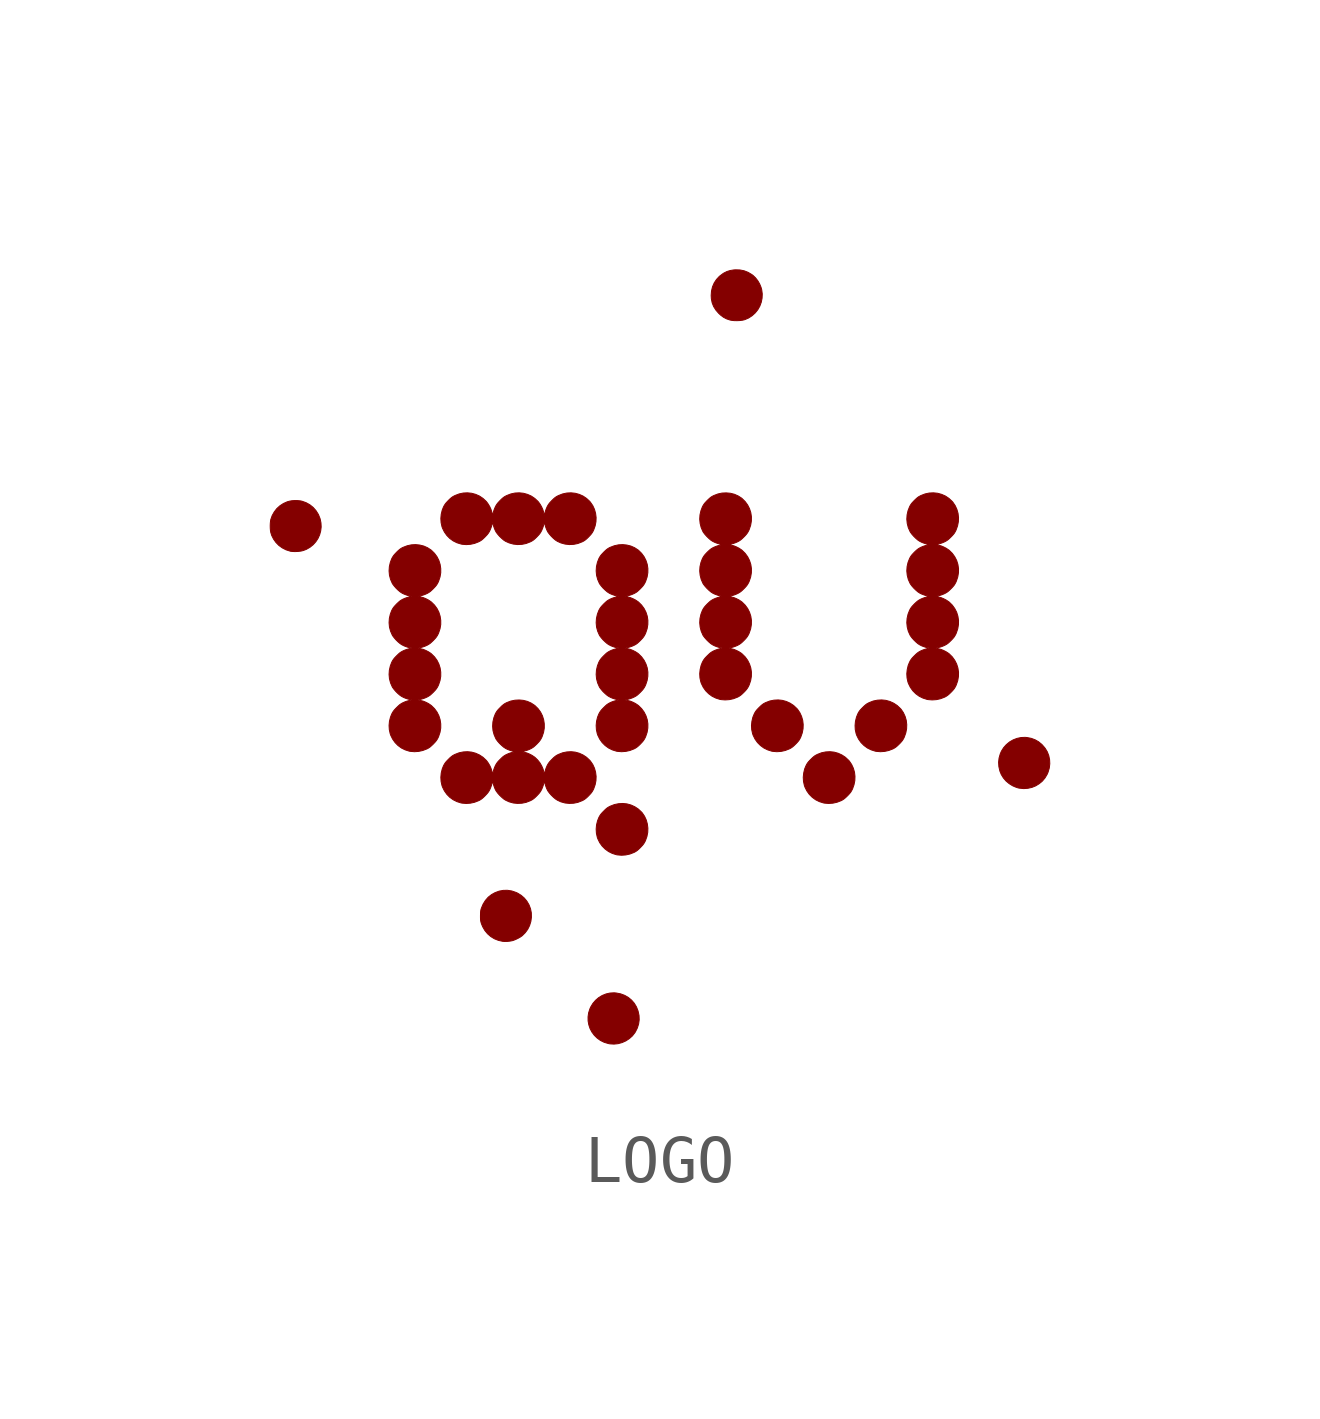
<source format=kicad_sym>
(kicad_symbol_lib
  (version 20220914)
  (generator "bitmap2component")
  (generator_version "8.0")
  (symbol "LOGO"
    (pin_names
      (offset 1.016))
    (property "Reference" "#G"
      (at 0 9.364 0)
      (effects (font (size 1.27 1.27)) hide))
    (symbol "LOGO_0_0"
      (polyline (pts (xy -0.869 -8.142) (xy -0.786 -8.119) (xy -0.708 -8.084) (xy -0.636 -8.037) (xy -0.572 -7.98) (xy -0.519 -7.912) (xy -0.508 -7.894) (xy -0.468 -7.814) (xy -0.442 -7.73) (xy -0.43 -7.645) (xy -0.433 -7.561) (xy -0.434 -7.552) (xy -0.454 -7.46) (xy -0.487 -7.376) (xy -0.532 -7.301) (xy -0.589 -7.235) (xy -0.655 -7.18) (xy -0.731 -7.136) (xy -0.816 -7.104) (xy -0.909 -7.086) (xy -0.954 -7.082) (xy -1.039 -7.087) (xy -1.122 -7.106) (xy -1.201 -7.138) (xy -1.274 -7.182) (xy -1.339 -7.238) (xy -1.395 -7.303) (xy -1.441 -7.379) (xy -1.457 -7.415) (xy -1.484 -7.499) (xy -1.496 -7.584) (xy -1.495 -7.668) (xy -1.48 -7.75) (xy -1.454 -7.828) (xy -1.415 -7.901) (xy -1.366 -7.967) (xy -1.307 -8.025) (xy -1.238 -8.075) (xy -1.161 -8.113) (xy -1.075 -8.139) (xy -1.04 -8.146) (xy -0.955 -8.151) (xy -0.869 -8.142)) (stroke (width 0.01) (type default)) (fill (type outline)))
      (polyline (pts (xy -3.179 -6.011) (xy -3.124 -6.005) (xy -3.075 -5.996) (xy -3.049 -5.988) (xy -3.002 -5.969) (xy -2.952 -5.945) (xy -2.905 -5.918) (xy -2.868 -5.892) (xy -2.805 -5.829) (xy -2.753 -5.758) (xy -2.714 -5.679) (xy -2.688 -5.595) (xy -2.676 -5.507) (xy -2.678 -5.417) (xy -2.695 -5.331) (xy -2.726 -5.249) (xy -2.77 -5.174) (xy -2.825 -5.107) (xy -2.891 -5.05) (xy -2.966 -5.004) (xy -2.997 -4.99) (xy -3.084 -4.96) (xy -3.173 -4.946) (xy -3.261 -4.947) (xy -3.349 -4.963) (xy -3.435 -4.995) (xy -3.507 -5.035) (xy -3.577 -5.09) (xy -3.635 -5.157) (xy -3.683 -5.234) (xy -3.72 -5.321) (xy -3.72 -5.322) (xy -3.728 -5.348) (xy -3.733 -5.372) (xy -3.736 -5.4) (xy -3.737 -5.434) (xy -3.738 -5.481) (xy -3.738 -5.514) (xy -3.737 -5.549) (xy -3.735 -5.576) (xy -3.73 -5.6) (xy -3.724 -5.624) (xy -3.714 -5.652) (xy -3.692 -5.705) (xy -3.647 -5.783) (xy -3.59 -5.852) (xy -3.523 -5.91) (xy -3.448 -5.956) (xy -3.365 -5.989) (xy -3.276 -6.009) (xy -3.233 -6.012) (xy -3.179 -6.011)) (stroke (width 0.01) (type default)) (fill (type outline)))
      (polyline (pts (xy -0.711 -4.209) (xy -0.624 -4.19) (xy -0.544 -4.159) (xy -0.526 -4.151) (xy -0.497 -4.134) (xy -0.47 -4.115) (xy -0.441 -4.09) (xy -0.407 -4.057) (xy -0.389 -4.038) (xy -0.36 -4.007) (xy -0.339 -3.98) (xy -0.321 -3.952) (xy -0.304 -3.92) (xy -0.299 -3.909) (xy -0.269 -3.825) (xy -0.252 -3.738) (xy -0.249 -3.65) (xy -0.26 -3.563) (xy -0.283 -3.48) (xy -0.319 -3.402) (xy -0.367 -3.331) (xy -0.384 -3.313) (xy -0.449 -3.252) (xy -0.522 -3.204) (xy -0.601 -3.168) (xy -0.685 -3.145) (xy -0.771 -3.136) (xy -0.859 -3.141) (xy -0.947 -3.159) (xy -1.032 -3.192) (xy -1.05 -3.201) (xy -1.079 -3.217) (xy -1.106 -3.236) (xy -1.135 -3.261) (xy -1.169 -3.295) (xy -1.187 -3.313) (xy -1.216 -3.344) (xy -1.237 -3.371) (xy -1.255 -3.399) (xy -1.272 -3.431) (xy -1.298 -3.497) (xy -1.319 -3.582) (xy -1.327 -3.67) (xy -1.322 -3.756) (xy -1.304 -3.839) (xy -1.292 -3.873) (xy -1.253 -3.953) (xy -1.202 -4.024) (xy -1.14 -4.086) (xy -1.069 -4.138) (xy -0.991 -4.177) (xy -0.905 -4.204) (xy -0.883 -4.208) (xy -0.798 -4.215) (xy -0.711 -4.209)) (stroke (width 0.01) (type default)) (fill (type outline)))
      (polyline (pts (xy -3.948 -3.13) (xy -3.861 -3.111) (xy -3.781 -3.08) (xy -3.763 -3.072) (xy -3.734 -3.055) (xy -3.707 -3.036) (xy -3.678 -3.011) (xy -3.644 -2.978) (xy -3.627 -2.96) (xy -3.598 -2.929) (xy -3.576 -2.901) (xy -3.558 -2.873) (xy -3.541 -2.841) (xy -3.537 -2.832) (xy -3.521 -2.793) (xy -3.508 -2.755) (xy -3.5 -2.723) (xy -3.495 -2.703) (xy -3.489 -2.681) (xy -3.483 -2.671) (xy -3.479 -2.673) (xy -3.478 -2.689) (xy -3.478 -2.691) (xy -3.474 -2.716) (xy -3.464 -2.751) (xy -3.451 -2.79) (xy -3.435 -2.83) (xy -3.418 -2.865) (xy -3.41 -2.878) (xy -3.379 -2.92) (xy -3.341 -2.963) (xy -3.297 -3.005) (xy -3.254 -3.042) (xy -3.214 -3.068) (xy -3.14 -3.102) (xy -3.054 -3.126) (xy -2.965 -3.135) (xy -2.875 -3.131) (xy -2.787 -3.113) (xy -2.702 -3.08) (xy -2.685 -3.072) (xy -2.655 -3.055) (xy -2.628 -3.036) (xy -2.599 -3.011) (xy -2.565 -2.978) (xy -2.548 -2.96) (xy -2.519 -2.929) (xy -2.497 -2.901) (xy -2.479 -2.873) (xy -2.462 -2.841) (xy -2.458 -2.832) (xy -2.442 -2.793) (xy -2.429 -2.755) (xy -2.421 -2.723) (xy -2.416 -2.703) (xy -2.41 -2.681) (xy -2.404 -2.671) (xy -2.4 -2.673) (xy -2.399 -2.689) (xy -2.399 -2.691) (xy -2.395 -2.716) (xy -2.385 -2.751) (xy -2.372 -2.79) (xy -2.356 -2.83) (xy -2.339 -2.865) (xy -2.331 -2.878) (xy -2.3 -2.92) (xy -2.262 -2.963) (xy -2.219 -3.005) (xy -2.175 -3.042) (xy -2.135 -3.068) (xy -2.062 -3.102) (xy -1.975 -3.126) (xy -1.886 -3.135) (xy -1.796 -3.131) (xy -1.708 -3.113) (xy -1.623 -3.08) (xy -1.605 -3.072) (xy -1.576 -3.055) (xy -1.549 -3.036) (xy -1.52 -3.011) (xy -1.486 -2.978) (xy -1.468 -2.959) (xy -1.439 -2.928) (xy -1.418 -2.901) (xy -1.4 -2.873) (xy -1.383 -2.841) (xy -1.378 -2.83) (xy -1.348 -2.745) (xy -1.331 -2.659) (xy -1.328 -2.571) (xy -1.339 -2.484) (xy -1.362 -2.401) (xy -1.398 -2.323) (xy -1.447 -2.252) (xy -1.463 -2.234) (xy -1.528 -2.173) (xy -1.601 -2.125) (xy -1.68 -2.089) (xy -1.764 -2.066) (xy -1.85 -2.057) (xy -1.938 -2.062) (xy -2.026 -2.08) (xy -2.111 -2.113) (xy -2.129 -2.122) (xy -2.158 -2.138) (xy -2.185 -2.158) (xy -2.214 -2.182) (xy -2.248 -2.216) (xy -2.265 -2.233) (xy -2.294 -2.264) (xy -2.316 -2.292) (xy -2.334 -2.32) (xy -2.351 -2.352) (xy -2.355 -2.362) (xy -2.371 -2.4) (xy -2.384 -2.438) (xy -2.392 -2.47) (xy -2.393 -2.472) (xy -2.398 -2.498) (xy -2.403 -2.516) (xy -2.407 -2.523) (xy -2.407 -2.523) (xy -2.41 -2.515) (xy -2.415 -2.497) (xy -2.42 -2.471) (xy -2.434 -2.418) (xy -2.462 -2.353) (xy -2.5 -2.288) (xy -2.548 -2.228) (xy -2.602 -2.176) (xy -2.618 -2.164) (xy -2.666 -2.132) (xy -2.719 -2.105) (xy -2.772 -2.083) (xy -2.82 -2.071) (xy -2.821 -2.071) (xy -2.847 -2.066) (xy -2.865 -2.061) (xy -2.872 -2.057) (xy -2.872 -2.057) (xy -2.865 -2.054) (xy -2.846 -2.049) (xy -2.82 -2.043) (xy -2.812 -2.041) (xy -2.777 -2.031) (xy -2.738 -2.017) (xy -2.702 -2.001) (xy -2.685 -1.993) (xy -2.656 -1.976) (xy -2.628 -1.957) (xy -2.6 -1.932) (xy -2.565 -1.899) (xy -2.547 -1.88) (xy -2.518 -1.849) (xy -2.497 -1.822) (xy -2.479 -1.794) (xy -2.462 -1.762) (xy -2.452 -1.739) (xy -2.423 -1.653) (xy -2.408 -1.565) (xy -2.408 -1.477) (xy -2.421 -1.391) (xy -2.447 -1.308) (xy -2.486 -1.231) (xy -2.538 -1.16) (xy -2.602 -1.097) (xy -2.611 -1.09) (xy -2.683 -1.043) (xy -2.762 -1.008) (xy -2.846 -0.987) (xy -2.932 -0.979) (xy -3.02 -0.984) (xy -3.107 -1.002) (xy -3.19 -1.034) (xy -3.208 -1.043) (xy -3.237 -1.059) (xy -3.264 -1.079) (xy -3.293 -1.103) (xy -3.327 -1.137) (xy -3.345 -1.155) (xy -3.374 -1.186) (xy -3.395 -1.213) (xy -3.413 -1.241) (xy -3.43 -1.273) (xy -3.459 -1.349) (xy -3.479 -1.437) (xy -3.485 -1.527) (xy -3.477 -1.617) (xy -3.454 -1.703) (xy -3.418 -1.785) (xy -3.41 -1.799) (xy -3.379 -1.841) (xy -3.341 -1.884) (xy -3.297 -1.926) (xy -3.254 -1.963) (xy -3.214 -1.989) (xy -3.211 -1.991) (xy -3.176 -2.008) (xy -3.136 -2.024) (xy -3.098 -2.037) (xy -3.063 -2.046) (xy -3.038 -2.049) (xy -3.026 -2.05) (xy -3.019 -2.053) (xy -3.026 -2.059) (xy -3.044 -2.065) (xy -3.072 -2.071) (xy -3.08 -2.073) (xy -3.115 -2.083) (xy -3.154 -2.097) (xy -3.19 -2.113) (xy -3.207 -2.121) (xy -3.236 -2.138) (xy -3.264 -2.157) (xy -3.292 -2.182) (xy -3.327 -2.216) (xy -3.344 -2.233) (xy -3.373 -2.264) (xy -3.395 -2.292) (xy -3.413 -2.32) (xy -3.43 -2.352) (xy -3.434 -2.362) (xy -3.45 -2.4) (xy -3.463 -2.438) (xy -3.471 -2.47) (xy -3.472 -2.472) (xy -3.477 -2.498) (xy -3.482 -2.516) (xy -3.486 -2.523) (xy -3.486 -2.523) (xy -3.489 -2.515) (xy -3.494 -2.497) (xy -3.499 -2.471) (xy -3.503 -2.453) (xy -3.519 -2.402) (xy -3.543 -2.349) (xy -3.573 -2.297) (xy -3.605 -2.252) (xy -3.621 -2.234) (xy -3.686 -2.173) (xy -3.759 -2.125) (xy -3.838 -2.089) (xy -3.922 -2.066) (xy -4.008 -2.057) (xy -4.096 -2.062) (xy -4.184 -2.08) (xy -4.269 -2.113) (xy -4.287 -2.122) (xy -4.316 -2.138) (xy -4.343 -2.158) (xy -4.372 -2.182) (xy -4.406 -2.216) (xy -4.424 -2.234) (xy -4.453 -2.265) (xy -4.474 -2.292) (xy -4.492 -2.32) (xy -4.509 -2.352) (xy -4.535 -2.417) (xy -4.556 -2.503) (xy -4.564 -2.591) (xy -4.559 -2.677) (xy -4.541 -2.76) (xy -4.529 -2.794) (xy -4.49 -2.873) (xy -4.439 -2.945) (xy -4.378 -3.007) (xy -4.306 -3.059) (xy -4.228 -3.098) (xy -4.143 -3.125) (xy -4.12 -3.129) (xy -4.035 -3.136) (xy -3.948 -3.13)) (stroke (width 0.01) (type default)) (fill (type outline)))
      (polyline (pts (xy 3.606 -3.13) (xy 3.692 -3.111) (xy 3.773 -3.08) (xy 3.79 -3.072) (xy 3.819 -3.055) (xy 3.846 -3.036) (xy 3.875 -3.011) (xy 3.909 -2.978) (xy 3.928 -2.959) (xy 3.956 -2.928) (xy 3.978 -2.901) (xy 3.995 -2.873) (xy 4.012 -2.841) (xy 4.017 -2.83) (xy 4.047 -2.745) (xy 4.064 -2.659) (xy 4.067 -2.571) (xy 4.057 -2.484) (xy 4.033 -2.401) (xy 3.997 -2.323) (xy 3.949 -2.252) (xy 3.932 -2.234) (xy 3.867 -2.173) (xy 3.794 -2.125) (xy 3.715 -2.089) (xy 3.631 -2.066) (xy 3.545 -2.057) (xy 3.457 -2.062) (xy 3.369 -2.08) (xy 3.284 -2.113) (xy 3.267 -2.122) (xy 3.237 -2.138) (xy 3.21 -2.158) (xy 3.182 -2.182) (xy 3.147 -2.216) (xy 3.129 -2.234) (xy 3.1 -2.265) (xy 3.079 -2.292) (xy 3.061 -2.32) (xy 3.045 -2.352) (xy 3.018 -2.417) (xy 2.998 -2.503) (xy 2.989 -2.591) (xy 2.994 -2.677) (xy 3.012 -2.76) (xy 3.024 -2.794) (xy 3.063 -2.873) (xy 3.114 -2.945) (xy 3.176 -3.007) (xy 3.247 -3.059) (xy 3.326 -3.098) (xy 3.411 -3.125) (xy 3.433 -3.129) (xy 3.518 -3.136) (xy 3.606 -3.13)) (stroke (width 0.01) (type default)) (fill (type outline)))
      (polyline (pts (xy 7.67 -2.82) (xy 7.755 -2.801) (xy 7.834 -2.769) (xy 7.907 -2.724) (xy 7.973 -2.669) (xy 8.028 -2.603) (xy 8.073 -2.527) (xy 8.092 -2.482) (xy 8.117 -2.396) (xy 8.127 -2.309) (xy 8.123 -2.223) (xy 8.106 -2.139) (xy 8.075 -2.059) (xy 8.03 -1.985) (xy 7.973 -1.918) (xy 7.96 -1.905) (xy 7.892 -1.849) (xy 7.819 -1.808) (xy 7.741 -1.779) (xy 7.654 -1.762) (xy 7.613 -1.758) (xy 7.527 -1.762) (xy 7.443 -1.78) (xy 7.363 -1.811) (xy 7.289 -1.854) (xy 7.223 -1.908) (xy 7.166 -1.972) (xy 7.12 -2.045) (xy 7.095 -2.102) (xy 7.07 -2.189) (xy 7.06 -2.278) (xy 7.066 -2.369) (xy 7.087 -2.461) (xy 7.117 -2.534) (xy 7.161 -2.605) (xy 7.216 -2.669) (xy 7.281 -2.723) (xy 7.352 -2.767) (xy 7.37 -2.775) (xy 7.409 -2.792) (xy 7.446 -2.805) (xy 7.476 -2.814) (xy 7.494 -2.817) (xy 7.583 -2.826) (xy 7.67 -2.82)) (stroke (width 0.01) (type default)) (fill (type outline)))
      (polyline (pts (xy -5.027 -2.051) (xy -4.941 -2.032) (xy -4.86 -2.001) (xy -4.842 -1.993) (xy -4.813 -1.976) (xy -4.786 -1.957) (xy -4.758 -1.932) (xy -4.723 -1.899) (xy -4.705 -1.88) (xy -4.676 -1.849) (xy -4.655 -1.822) (xy -4.637 -1.794) (xy -4.62 -1.762) (xy -4.61 -1.739) (xy -4.581 -1.653) (xy -4.566 -1.565) (xy -4.566 -1.477) (xy -4.579 -1.391) (xy -4.605 -1.308) (xy -4.644 -1.231) (xy -4.696 -1.16) (xy -4.76 -1.097) (xy -4.776 -1.085) (xy -4.824 -1.053) (xy -4.877 -1.026) (xy -4.93 -1.004) (xy -4.978 -0.992) (xy -4.979 -0.992) (xy -5.005 -0.986) (xy -5.023 -0.982) (xy -5.03 -0.978) (xy -5.03 -0.978) (xy -5.023 -0.975) (xy -5.004 -0.97) (xy -4.978 -0.964) (xy -4.97 -0.962) (xy -4.936 -0.952) (xy -4.896 -0.938) (xy -4.86 -0.922) (xy -4.843 -0.914) (xy -4.814 -0.897) (xy -4.786 -0.878) (xy -4.758 -0.853) (xy -4.723 -0.82) (xy -4.705 -0.801) (xy -4.676 -0.77) (xy -4.655 -0.743) (xy -4.637 -0.715) (xy -4.62 -0.683) (xy -4.61 -0.66) (xy -4.581 -0.574) (xy -4.566 -0.486) (xy -4.566 -0.398) (xy -4.579 -0.312) (xy -4.605 -0.23) (xy -4.644 -0.152) (xy -4.696 -0.081) (xy -4.76 -0.018) (xy -4.776 -0.005) (xy -4.824 0.026) (xy -4.877 0.053) (xy -4.93 0.075) (xy -4.978 0.087) (xy -4.979 0.087) (xy -5.005 0.093) (xy -5.023 0.097) (xy -5.03 0.101) (xy -5.03 0.101) (xy -5.023 0.104) (xy -5.004 0.11) (xy -4.978 0.115) (xy -4.97 0.117) (xy -4.936 0.127) (xy -4.896 0.141) (xy -4.86 0.157) (xy -4.843 0.165) (xy -4.814 0.182) (xy -4.786 0.201) (xy -4.758 0.226) (xy -4.723 0.259) (xy -4.705 0.278) (xy -4.676 0.309) (xy -4.655 0.336) (xy -4.637 0.364) (xy -4.62 0.396) (xy -4.61 0.419) (xy -4.581 0.505) (xy -4.566 0.593) (xy -4.566 0.681) (xy -4.579 0.767) (xy -4.605 0.85) (xy -4.644 0.927) (xy -4.696 0.998) (xy -4.76 1.061) (xy -4.776 1.073) (xy -4.824 1.105) (xy -4.877 1.132) (xy -4.93 1.154) (xy -4.978 1.166) (xy -4.979 1.167) (xy -5.005 1.172) (xy -5.023 1.176) (xy -5.03 1.18) (xy -5.03 1.18) (xy -5.023 1.183) (xy -5.004 1.189) (xy -4.978 1.194) (xy -4.97 1.196) (xy -4.936 1.206) (xy -4.896 1.22) (xy -4.86 1.236) (xy -4.843 1.244) (xy -4.814 1.261) (xy -4.786 1.28) (xy -4.758 1.305) (xy -4.723 1.338) (xy -4.705 1.357) (xy -4.676 1.388) (xy -4.655 1.415) (xy -4.637 1.443) (xy -4.62 1.475) (xy -4.61 1.498) (xy -4.581 1.584) (xy -4.566 1.672) (xy -4.566 1.76) (xy -4.579 1.846) (xy -4.605 1.929) (xy -4.644 2.006) (xy -4.696 2.077) (xy -4.76 2.14) (xy -4.769 2.147) (xy -4.841 2.194) (xy -4.92 2.229) (xy -5.004 2.25) (xy -5.09 2.259) (xy -5.178 2.254) (xy -5.265 2.235) (xy -5.348 2.203) (xy -5.366 2.195) (xy -5.395 2.178) (xy -5.422 2.159) (xy -5.451 2.134) (xy -5.485 2.101) (xy -5.503 2.082) (xy -5.532 2.051) (xy -5.553 2.024) (xy -5.571 1.996) (xy -5.588 1.964) (xy -5.617 1.888) (xy -5.637 1.8) (xy -5.643 1.71) (xy -5.635 1.621) (xy -5.612 1.534) (xy -5.576 1.452) (xy -5.568 1.438) (xy -5.537 1.397) (xy -5.499 1.353) (xy -5.456 1.311) (xy -5.412 1.274) (xy -5.372 1.248) (xy -5.369 1.246) (xy -5.334 1.229) (xy -5.295 1.214) (xy -5.256 1.2) (xy -5.221 1.191) (xy -5.196 1.188) (xy -5.184 1.187) (xy -5.177 1.184) (xy -5.184 1.179) (xy -5.202 1.172) (xy -5.23 1.166) (xy -5.238 1.164) (xy -5.273 1.154) (xy -5.312 1.14) (xy -5.348 1.124) (xy -5.365 1.116) (xy -5.394 1.099) (xy -5.422 1.08) (xy -5.45 1.055) (xy -5.485 1.022) (xy -5.503 1.003) (xy -5.532 0.972) (xy -5.553 0.945) (xy -5.571 0.917) (xy -5.588 0.885) (xy -5.617 0.809) (xy -5.637 0.721) (xy -5.643 0.631) (xy -5.635 0.541) (xy -5.612 0.455) (xy -5.576 0.373) (xy -5.568 0.359) (xy -5.537 0.318) (xy -5.499 0.274) (xy -5.456 0.232) (xy -5.412 0.195) (xy -5.372 0.169) (xy -5.369 0.168) (xy -5.334 0.15) (xy -5.295 0.134) (xy -5.256 0.121) (xy -5.221 0.112) (xy -5.196 0.109) (xy -5.184 0.108) (xy -5.177 0.105) (xy -5.184 0.1) (xy -5.202 0.093) (xy -5.23 0.087) (xy -5.238 0.085) (xy -5.273 0.075) (xy -5.312 0.061) (xy -5.348 0.045) (xy -5.365 0.037) (xy -5.394 0.02) (xy -5.422 0.001) (xy -5.45 -0.024) (xy -5.485 -0.058) (xy -5.503 -0.076) (xy -5.532 -0.107) (xy -5.553 -0.134) (xy -5.571 -0.162) (xy -5.588 -0.194) (xy -5.617 -0.27) (xy -5.637 -0.358) (xy -5.643 -0.448) (xy -5.635 -0.537) (xy -5.612 -0.624) (xy -5.576 -0.706) (xy -5.568 -0.72) (xy -5.537 -0.761) (xy -5.499 -0.805) (xy -5.456 -0.847) (xy -5.412 -0.884) (xy -5.372 -0.91) (xy -5.369 -0.911) (xy -5.334 -0.929) (xy -5.295 -0.945) (xy -5.256 -0.958) (xy -5.221 -0.967) (xy -5.196 -0.97) (xy -5.184 -0.971) (xy -5.177 -0.974) (xy -5.184 -0.98) (xy -5.202 -0.986) (xy -5.23 -0.992) (xy -5.238 -0.994) (xy -5.273 -1.004) (xy -5.312 -1.018) (xy -5.348 -1.034) (xy -5.365 -1.042) (xy -5.394 -1.059) (xy -5.422 -1.078) (xy -5.45 -1.103) (xy -5.485 -1.137) (xy -5.503 -1.155) (xy -5.532 -1.186) (xy -5.553 -1.213) (xy -5.571 -1.241) (xy -5.588 -1.273) (xy -5.614 -1.338) (xy -5.635 -1.424) (xy -5.643 -1.511) (xy -5.638 -1.598) (xy -5.62 -1.681) (xy -5.608 -1.715) (xy -5.569 -1.794) (xy -5.518 -1.866) (xy -5.457 -1.928) (xy -5.386 -1.98) (xy -5.307 -2.019) (xy -5.222 -2.046) (xy -5.199 -2.05) (xy -5.114 -2.057) (xy -5.027 -2.051)) (stroke (width 0.01) (type default)) (fill (type outline)))
      (polyline (pts (xy -0.711 -2.051) (xy -0.624 -2.032) (xy -0.544 -2.001) (xy -0.526 -1.993) (xy -0.497 -1.976) (xy -0.47 -1.957) (xy -0.441 -1.932) (xy -0.407 -1.899) (xy -0.389 -1.88) (xy -0.36 -1.849) (xy -0.339 -1.822) (xy -0.321 -1.794) (xy -0.304 -1.762) (xy -0.294 -1.739) (xy -0.265 -1.653) (xy -0.25 -1.565) (xy -0.249 -1.477) (xy -0.262 -1.391) (xy -0.289 -1.308) (xy -0.328 -1.231) (xy -0.38 -1.16) (xy -0.444 -1.097) (xy -0.46 -1.085) (xy -0.508 -1.053) (xy -0.561 -1.026) (xy -0.614 -1.004) (xy -0.662 -0.992) (xy -0.663 -0.992) (xy -0.689 -0.986) (xy -0.707 -0.982) (xy -0.714 -0.978) (xy -0.714 -0.978) (xy -0.707 -0.975) (xy -0.688 -0.97) (xy -0.662 -0.964) (xy -0.654 -0.962) (xy -0.62 -0.952) (xy -0.58 -0.938) (xy -0.544 -0.922) (xy -0.527 -0.914) (xy -0.497 -0.897) (xy -0.47 -0.878) (xy -0.442 -0.853) (xy -0.407 -0.82) (xy -0.389 -0.801) (xy -0.36 -0.77) (xy -0.339 -0.743) (xy -0.321 -0.715) (xy -0.304 -0.683) (xy -0.294 -0.66) (xy -0.265 -0.574) (xy -0.25 -0.486) (xy -0.249 -0.398) (xy -0.262 -0.312) (xy -0.289 -0.23) (xy -0.328 -0.152) (xy -0.38 -0.081) (xy -0.444 -0.018) (xy -0.46 -0.005) (xy -0.508 0.026) (xy -0.561 0.053) (xy -0.614 0.075) (xy -0.662 0.087) (xy -0.663 0.087) (xy -0.689 0.093) (xy -0.707 0.097) (xy -0.714 0.101) (xy -0.714 0.101) (xy -0.707 0.104) (xy -0.688 0.11) (xy -0.662 0.115) (xy -0.654 0.117) (xy -0.62 0.127) (xy -0.58 0.141) (xy -0.544 0.157) (xy -0.527 0.165) (xy -0.497 0.182) (xy -0.47 0.201) (xy -0.442 0.226) (xy -0.407 0.259) (xy -0.389 0.278) (xy -0.36 0.309) (xy -0.339 0.336) (xy -0.321 0.364) (xy -0.304 0.396) (xy -0.294 0.419) (xy -0.265 0.505) (xy -0.25 0.593) (xy -0.249 0.681) (xy -0.262 0.767) (xy -0.289 0.85) (xy -0.328 0.927) (xy -0.38 0.998) (xy -0.444 1.061) (xy -0.46 1.073) (xy -0.508 1.105) (xy -0.561 1.132) (xy -0.614 1.154) (xy -0.662 1.166) (xy -0.663 1.167) (xy -0.689 1.172) (xy -0.707 1.176) (xy -0.714 1.18) (xy -0.714 1.18) (xy -0.707 1.183) (xy -0.688 1.189) (xy -0.662 1.194) (xy -0.654 1.196) (xy -0.62 1.206) (xy -0.58 1.22) (xy -0.544 1.236) (xy -0.527 1.244) (xy -0.497 1.261) (xy -0.47 1.28) (xy -0.442 1.305) (xy -0.407 1.338) (xy -0.389 1.357) (xy -0.36 1.388) (xy -0.339 1.415) (xy -0.321 1.443) (xy -0.304 1.475) (xy -0.294 1.498) (xy -0.265 1.584) (xy -0.25 1.672) (xy -0.249 1.76) (xy -0.262 1.846) (xy -0.289 1.929) (xy -0.328 2.006) (xy -0.38 2.077) (xy -0.444 2.14) (xy -0.453 2.147) (xy -0.525 2.194) (xy -0.604 2.229) (xy -0.688 2.25) (xy -0.774 2.259) (xy -0.862 2.254) (xy -0.949 2.235) (xy -1.032 2.203) (xy -1.05 2.195) (xy -1.079 2.178) (xy -1.106 2.159) (xy -1.135 2.134) (xy -1.169 2.101) (xy -1.187 2.082) (xy -1.216 2.051) (xy -1.237 2.024) (xy -1.255 1.996) (xy -1.272 1.964) (xy -1.301 1.888) (xy -1.321 1.8) (xy -1.327 1.71) (xy -1.319 1.621) (xy -1.296 1.534) (xy -1.26 1.452) (xy -1.252 1.438) (xy -1.221 1.397) (xy -1.183 1.353) (xy -1.139 1.311) (xy -1.096 1.274) (xy -1.056 1.248) (xy -1.053 1.246) (xy -1.018 1.229) (xy -0.979 1.214) (xy -0.939 1.2) (xy -0.905 1.191) (xy -0.88 1.188) (xy -0.868 1.187) (xy -0.861 1.184) (xy -0.868 1.179) (xy -0.886 1.172) (xy -0.914 1.166) (xy -0.922 1.164) (xy -0.956 1.154) (xy -0.996 1.14) (xy -1.032 1.124) (xy -1.049 1.116) (xy -1.078 1.099) (xy -1.106 1.08) (xy -1.134 1.055) (xy -1.169 1.022) (xy -1.187 1.003) (xy -1.216 0.972) (xy -1.237 0.945) (xy -1.255 0.917) (xy -1.272 0.885) (xy -1.301 0.809) (xy -1.321 0.721) (xy -1.327 0.631) (xy -1.319 0.541) (xy -1.296 0.455) (xy -1.26 0.373) (xy -1.252 0.359) (xy -1.221 0.318) (xy -1.183 0.274) (xy -1.139 0.232) (xy -1.096 0.195) (xy -1.056 0.169) (xy -1.053 0.168) (xy -1.018 0.15) (xy -0.979 0.134) (xy -0.939 0.121) (xy -0.905 0.112) (xy -0.88 0.109) (xy -0.868 0.108) (xy -0.861 0.105) (xy -0.868 0.1) (xy -0.886 0.093) (xy -0.914 0.087) (xy -0.922 0.085) (xy -0.956 0.075) (xy -0.996 0.061) (xy -1.032 0.045) (xy -1.049 0.037) (xy -1.078 0.02) (xy -1.106 0.001) (xy -1.134 -0.024) (xy -1.169 -0.058) (xy -1.187 -0.076) (xy -1.216 -0.107) (xy -1.237 -0.134) (xy -1.255 -0.162) (xy -1.272 -0.194) (xy -1.301 -0.27) (xy -1.321 -0.358) (xy -1.327 -0.448) (xy -1.319 -0.537) (xy -1.296 -0.624) (xy -1.26 -0.706) (xy -1.252 -0.72) (xy -1.221 -0.761) (xy -1.183 -0.805) (xy -1.139 -0.847) (xy -1.096 -0.884) (xy -1.056 -0.91) (xy -1.053 -0.911) (xy -1.018 -0.929) (xy -0.979 -0.945) (xy -0.939 -0.958) (xy -0.905 -0.967) (xy -0.88 -0.97) (xy -0.868 -0.971) (xy -0.861 -0.974) (xy -0.868 -0.98) (xy -0.886 -0.986) (xy -0.914 -0.992) (xy -0.922 -0.994) (xy -0.956 -1.004) (xy -0.996 -1.018) (xy -1.032 -1.034) (xy -1.049 -1.042) (xy -1.078 -1.059) (xy -1.106 -1.078) (xy -1.134 -1.103) (xy -1.169 -1.137) (xy -1.187 -1.155) (xy -1.216 -1.186) (xy -1.237 -1.213) (xy -1.255 -1.241) (xy -1.272 -1.273) (xy -1.298 -1.338) (xy -1.319 -1.424) (xy -1.327 -1.511) (xy -1.322 -1.598) (xy -1.304 -1.681) (xy -1.292 -1.715) (xy -1.253 -1.794) (xy -1.202 -1.866) (xy -1.14 -1.928) (xy -1.069 -1.98) (xy -0.991 -2.019) (xy -0.905 -2.046) (xy -0.883 -2.05) (xy -0.798 -2.057) (xy -0.711 -2.051)) (stroke (width 0.01) (type default)) (fill (type outline)))
      (polyline (pts (xy 2.527 -2.051) (xy 2.613 -2.032) (xy 2.693 -2.001) (xy 2.711 -1.993) (xy 2.74 -1.976) (xy 2.767 -1.957) (xy 2.796 -1.932) (xy 2.83 -1.899) (xy 2.849 -1.88) (xy 2.877 -1.849) (xy 2.899 -1.822) (xy 2.916 -1.794) (xy 2.933 -1.762) (xy 2.938 -1.75) (xy 2.968 -1.666) (xy 2.985 -1.579) (xy 2.988 -1.492) (xy 2.978 -1.405) (xy 2.954 -1.322) (xy 2.918 -1.244) (xy 2.87 -1.173) (xy 2.853 -1.155) (xy 2.788 -1.094) (xy 2.715 -1.046) (xy 2.636 -1.01) (xy 2.552 -0.987) (xy 2.466 -0.978) (xy 2.378 -0.983) (xy 2.29 -1.001) (xy 2.205 -1.034) (xy 2.187 -1.043) (xy 2.158 -1.059) (xy 2.131 -1.079) (xy 2.103 -1.103) (xy 2.068 -1.137) (xy 2.05 -1.155) (xy 2.021 -1.186) (xy 2 -1.213) (xy 1.982 -1.241) (xy 1.966 -1.273) (xy 1.939 -1.338) (xy 1.919 -1.424) (xy 1.91 -1.511) (xy 1.915 -1.598) (xy 1.933 -1.681) (xy 1.945 -1.715) (xy 1.984 -1.794) (xy 2.035 -1.866) (xy 2.097 -1.928) (xy 2.168 -1.98) (xy 2.247 -2.019) (xy 2.332 -2.046) (xy 2.354 -2.05) (xy 2.439 -2.057) (xy 2.527 -2.051)) (stroke (width 0.01) (type default)) (fill (type outline)))
      (polyline (pts (xy 4.685 -2.051) (xy 4.771 -2.032) (xy 4.852 -2.001) (xy 4.869 -1.993) (xy 4.898 -1.976) (xy 4.925 -1.957) (xy 4.954 -1.932) (xy 4.988 -1.899) (xy 5.007 -1.88) (xy 5.035 -1.849) (xy 5.057 -1.822) (xy 5.074 -1.794) (xy 5.091 -1.762) (xy 5.096 -1.75) (xy 5.126 -1.666) (xy 5.143 -1.579) (xy 5.146 -1.492) (xy 5.136 -1.405) (xy 5.112 -1.322) (xy 5.076 -1.244) (xy 5.028 -1.173) (xy 5.011 -1.155) (xy 4.946 -1.094) (xy 4.873 -1.046) (xy 4.794 -1.01) (xy 4.71 -0.987) (xy 4.624 -0.978) (xy 4.536 -0.983) (xy 4.448 -1.001) (xy 4.363 -1.034) (xy 4.346 -1.043) (xy 4.316 -1.059) (xy 4.289 -1.079) (xy 4.261 -1.103) (xy 4.226 -1.137) (xy 4.208 -1.155) (xy 4.179 -1.186) (xy 4.158 -1.213) (xy 4.14 -1.241) (xy 4.124 -1.273) (xy 4.098 -1.338) (xy 4.077 -1.424) (xy 4.069 -1.511) (xy 4.073 -1.598) (xy 4.091 -1.681) (xy 4.103 -1.715) (xy 4.142 -1.794) (xy 4.193 -1.866) (xy 4.255 -1.928) (xy 4.326 -1.98) (xy 4.405 -2.019) (xy 4.49 -2.046) (xy 4.512 -2.05) (xy 4.597 -2.057) (xy 4.685 -2.051)) (stroke (width 0.01) (type default)) (fill (type outline)))
      (polyline (pts (xy 1.448 -0.972) (xy 1.534 -0.953) (xy 1.615 -0.922) (xy 1.632 -0.914) (xy 1.661 -0.897) (xy 1.688 -0.878) (xy 1.717 -0.853) (xy 1.751 -0.82) (xy 1.77 -0.801) (xy 1.798 -0.77) (xy 1.819 -0.743) (xy 1.837 -0.715) (xy 1.854 -0.683) (xy 1.864 -0.66) (xy 1.893 -0.574) (xy 1.908 -0.486) (xy 1.909 -0.398) (xy 1.896 -0.312) (xy 1.869 -0.23) (xy 1.83 -0.152) (xy 1.778 -0.081) (xy 1.714 -0.018) (xy 1.698 -0.005) (xy 1.65 0.026) (xy 1.597 0.053) (xy 1.544 0.075) (xy 1.496 0.087) (xy 1.495 0.087) (xy 1.469 0.093) (xy 1.451 0.097) (xy 1.444 0.101) (xy 1.444 0.101) (xy 1.451 0.104) (xy 1.47 0.11) (xy 1.496 0.115) (xy 1.504 0.117) (xy 1.539 0.127) (xy 1.578 0.141) (xy 1.615 0.157) (xy 1.631 0.165) (xy 1.661 0.182) (xy 1.688 0.201) (xy 1.717 0.226) (xy 1.751 0.259) (xy 1.77 0.278) (xy 1.798 0.309) (xy 1.819 0.336) (xy 1.837 0.364) (xy 1.854 0.396) (xy 1.864 0.419) (xy 1.893 0.505) (xy 1.908 0.593) (xy 1.909 0.681) (xy 1.896 0.767) (xy 1.869 0.85) (xy 1.83 0.927) (xy 1.778 0.998) (xy 1.714 1.061) (xy 1.698 1.073) (xy 1.65 1.105) (xy 1.597 1.132) (xy 1.544 1.154) (xy 1.496 1.166) (xy 1.495 1.167) (xy 1.469 1.172) (xy 1.451 1.176) (xy 1.444 1.18) (xy 1.444 1.18) (xy 1.451 1.183) (xy 1.47 1.189) (xy 1.496 1.194) (xy 1.504 1.196) (xy 1.539 1.206) (xy 1.578 1.22) (xy 1.615 1.236) (xy 1.631 1.244) (xy 1.661 1.261) (xy 1.688 1.28) (xy 1.717 1.305) (xy 1.751 1.338) (xy 1.77 1.357) (xy 1.798 1.388) (xy 1.819 1.415) (xy 1.837 1.443) (xy 1.854 1.475) (xy 1.864 1.498) (xy 1.893 1.584) (xy 1.908 1.672) (xy 1.909 1.76) (xy 1.896 1.846) (xy 1.869 1.929) (xy 1.83 2.006) (xy 1.778 2.077) (xy 1.714 2.14) (xy 1.698 2.152) (xy 1.65 2.184) (xy 1.597 2.211) (xy 1.544 2.233) (xy 1.496 2.245) (xy 1.495 2.246) (xy 1.469 2.251) (xy 1.451 2.255) (xy 1.444 2.259) (xy 1.444 2.259) (xy 1.451 2.263) (xy 1.47 2.268) (xy 1.496 2.273) (xy 1.504 2.275) (xy 1.539 2.285) (xy 1.578 2.299) (xy 1.615 2.315) (xy 1.631 2.323) (xy 1.661 2.34) (xy 1.688 2.359) (xy 1.717 2.384) (xy 1.751 2.417) (xy 1.77 2.436) (xy 1.798 2.467) (xy 1.819 2.494) (xy 1.837 2.522) (xy 1.854 2.554) (xy 1.864 2.577) (xy 1.893 2.663) (xy 1.908 2.751) (xy 1.909 2.839) (xy 1.896 2.925) (xy 1.869 3.008) (xy 1.83 3.085) (xy 1.778 3.156) (xy 1.714 3.219) (xy 1.705 3.227) (xy 1.633 3.273) (xy 1.554 3.308) (xy 1.471 3.329) (xy 1.384 3.337) (xy 1.296 3.333) (xy 1.209 3.314) (xy 1.126 3.282) (xy 1.108 3.273) (xy 1.079 3.257) (xy 1.052 3.238) (xy 1.024 3.213) (xy 0.989 3.18) (xy 0.971 3.161) (xy 0.942 3.13) (xy 0.921 3.103) (xy 0.903 3.075) (xy 0.886 3.043) (xy 0.857 2.967) (xy 0.837 2.879) (xy 0.831 2.789) (xy 0.84 2.7) (xy 0.862 2.613) (xy 0.898 2.531) (xy 0.906 2.517) (xy 0.937 2.476) (xy 0.976 2.432) (xy 1.019 2.39) (xy 1.062 2.353) (xy 1.102 2.327) (xy 1.105 2.326) (xy 1.14 2.308) (xy 1.18 2.292) (xy 1.219 2.279) (xy 1.253 2.27) (xy 1.278 2.267) (xy 1.29 2.266) (xy 1.297 2.263) (xy 1.29 2.258) (xy 1.272 2.251) (xy 1.244 2.245) (xy 1.236 2.243) (xy 1.202 2.233) (xy 1.163 2.219) (xy 1.126 2.203) (xy 1.109 2.195) (xy 1.08 2.178) (xy 1.052 2.159) (xy 1.024 2.134) (xy 0.989 2.101) (xy 0.971 2.082) (xy 0.942 2.051) (xy 0.921 2.024) (xy 0.903 1.996) (xy 0.886 1.964) (xy 0.857 1.888) (xy 0.837 1.8) (xy 0.831 1.71) (xy 0.84 1.621) (xy 0.862 1.534) (xy 0.898 1.452) (xy 0.906 1.438) (xy 0.937 1.397) (xy 0.976 1.353) (xy 1.019 1.311) (xy 1.062 1.274) (xy 1.102 1.248) (xy 1.105 1.246) (xy 1.14 1.229) (xy 1.18 1.214) (xy 1.219 1.2) (xy 1.253 1.191) (xy 1.278 1.188) (xy 1.29 1.187) (xy 1.297 1.184) (xy 1.29 1.179) (xy 1.272 1.172) (xy 1.244 1.166) (xy 1.236 1.164) (xy 1.202 1.154) (xy 1.163 1.14) (xy 1.126 1.124) (xy 1.109 1.116) (xy 1.08 1.099) (xy 1.052 1.08) (xy 1.024 1.055) (xy 0.989 1.022) (xy 0.971 1.003) (xy 0.942 0.972) (xy 0.921 0.945) (xy 0.903 0.917) (xy 0.886 0.885) (xy 0.857 0.809) (xy 0.837 0.721) (xy 0.831 0.631) (xy 0.84 0.541) (xy 0.862 0.455) (xy 0.898 0.373) (xy 0.906 0.359) (xy 0.937 0.318) (xy 0.976 0.274) (xy 1.019 0.232) (xy 1.062 0.195) (xy 1.102 0.169) (xy 1.105 0.168) (xy 1.14 0.15) (xy 1.18 0.134) (xy 1.219 0.121) (xy 1.253 0.112) (xy 1.278 0.109) (xy 1.29 0.108) (xy 1.297 0.105) (xy 1.29 0.1) (xy 1.272 0.093) (xy 1.244 0.087) (xy 1.236 0.085) (xy 1.202 0.075) (xy 1.163 0.061) (xy 1.126 0.045) (xy 1.109 0.037) (xy 1.08 0.02) (xy 1.052 0.001) (xy 1.024 -0.024) (xy 0.989 -0.058) (xy 0.971 -0.076) (xy 0.942 -0.107) (xy 0.921 -0.134) (xy 0.903 -0.162) (xy 0.886 -0.194) (xy 0.86 -0.259) (xy 0.84 -0.345) (xy 0.831 -0.432) (xy 0.836 -0.519) (xy 0.854 -0.602) (xy 0.866 -0.636) (xy 0.905 -0.715) (xy 0.956 -0.787) (xy 1.018 -0.849) (xy 1.089 -0.901) (xy 1.168 -0.94) (xy 1.253 -0.967) (xy 1.275 -0.971) (xy 1.36 -0.978) (xy 1.448 -0.972)) (stroke (width 0.01) (type default)) (fill (type outline)))
      (polyline (pts (xy 5.764 -0.972) (xy 5.85 -0.953) (xy 5.931 -0.922) (xy 5.948 -0.914) (xy 5.977 -0.897) (xy 6.004 -0.878) (xy 6.033 -0.853) (xy 6.067 -0.82) (xy 6.086 -0.801) (xy 6.114 -0.77) (xy 6.136 -0.743) (xy 6.153 -0.715) (xy 6.17 -0.683) (xy 6.18 -0.66) (xy 6.209 -0.574) (xy 6.224 -0.486) (xy 6.225 -0.398) (xy 6.212 -0.312) (xy 6.186 -0.23) (xy 6.146 -0.152) (xy 6.095 -0.081) (xy 6.031 -0.018) (xy 6.014 -0.005) (xy 5.966 0.026) (xy 5.913 0.053) (xy 5.86 0.075) (xy 5.812 0.087) (xy 5.811 0.087) (xy 5.785 0.093) (xy 5.767 0.097) (xy 5.76 0.101) (xy 5.76 0.101) (xy 5.768 0.104) (xy 5.786 0.11) (xy 5.812 0.115) (xy 5.82 0.117) (xy 5.855 0.127) (xy 5.894 0.141) (xy 5.931 0.157) (xy 5.947 0.165) (xy 5.977 0.182) (xy 6.004 0.201) (xy 6.033 0.226) (xy 6.067 0.259) (xy 6.086 0.278) (xy 6.114 0.309) (xy 6.136 0.336) (xy 6.153 0.364) (xy 6.17 0.396) (xy 6.18 0.419) (xy 6.209 0.505) (xy 6.224 0.593) (xy 6.225 0.681) (xy 6.212 0.767) (xy 6.186 0.85) (xy 6.146 0.927) (xy 6.095 0.998) (xy 6.031 1.061) (xy 6.014 1.073) (xy 5.966 1.105) (xy 5.913 1.132) (xy 5.86 1.154) (xy 5.812 1.166) (xy 5.811 1.167) (xy 5.785 1.172) (xy 5.767 1.176) (xy 5.76 1.18) (xy 5.76 1.18) (xy 5.768 1.183) (xy 5.786 1.189) (xy 5.812 1.194) (xy 5.82 1.196) (xy 5.855 1.206) (xy 5.894 1.22) (xy 5.931 1.236) (xy 5.947 1.244) (xy 5.977 1.261) (xy 6.004 1.28) (xy 6.033 1.305) (xy 6.067 1.338) (xy 6.086 1.357) (xy 6.114 1.388) (xy 6.136 1.415) (xy 6.153 1.443) (xy 6.17 1.475) (xy 6.18 1.498) (xy 6.209 1.584) (xy 6.224 1.672) (xy 6.225 1.76) (xy 6.212 1.846) (xy 6.186 1.929) (xy 6.146 2.006) (xy 6.095 2.077) (xy 6.031 2.14) (xy 6.014 2.152) (xy 5.966 2.184) (xy 5.913 2.211) (xy 5.86 2.233) (xy 5.812 2.245) (xy 5.811 2.246) (xy 5.785 2.251) (xy 5.767 2.255) (xy 5.76 2.259) (xy 5.76 2.259) (xy 5.768 2.263) (xy 5.786 2.268) (xy 5.812 2.273) (xy 5.82 2.275) (xy 5.855 2.285) (xy 5.894 2.299) (xy 5.931 2.315) (xy 5.947 2.323) (xy 5.977 2.34) (xy 6.004 2.359) (xy 6.033 2.384) (xy 6.067 2.417) (xy 6.086 2.436) (xy 6.114 2.467) (xy 6.136 2.494) (xy 6.153 2.522) (xy 6.17 2.554) (xy 6.175 2.566) (xy 6.205 2.65) (xy 6.222 2.737) (xy 6.225 2.824) (xy 6.215 2.911) (xy 6.191 2.994) (xy 6.155 3.072) (xy 6.107 3.143) (xy 6.09 3.162) (xy 6.025 3.222) (xy 5.952 3.271) (xy 5.873 3.306) (xy 5.79 3.329) (xy 5.703 3.338) (xy 5.615 3.334) (xy 5.527 3.315) (xy 5.442 3.282) (xy 5.425 3.273) (xy 5.395 3.257) (xy 5.368 3.238) (xy 5.34 3.213) (xy 5.305 3.18) (xy 5.287 3.161) (xy 5.258 3.13) (xy 5.237 3.103) (xy 5.219 3.075) (xy 5.203 3.043) (xy 5.173 2.967) (xy 5.153 2.879) (xy 5.147 2.789) (xy 5.156 2.7) (xy 5.178 2.613) (xy 5.215 2.531) (xy 5.223 2.517) (xy 5.253 2.476) (xy 5.292 2.432) (xy 5.335 2.39) (xy 5.378 2.353) (xy 5.418 2.327) (xy 5.421 2.326) (xy 5.456 2.308) (xy 5.496 2.292) (xy 5.535 2.279) (xy 5.569 2.27) (xy 5.594 2.267) (xy 5.606 2.266) (xy 5.613 2.263) (xy 5.606 2.258) (xy 5.588 2.251) (xy 5.56 2.245) (xy 5.552 2.243) (xy 5.518 2.233) (xy 5.479 2.219) (xy 5.442 2.203) (xy 5.426 2.195) (xy 5.396 2.178) (xy 5.369 2.159) (xy 5.34 2.134) (xy 5.305 2.101) (xy 5.287 2.082) (xy 5.258 2.051) (xy 5.237 2.024) (xy 5.219 1.996) (xy 5.203 1.964) (xy 5.173 1.888) (xy 5.153 1.8) (xy 5.147 1.71) (xy 5.156 1.621) (xy 5.178 1.534) (xy 5.215 1.452) (xy 5.223 1.438) (xy 5.253 1.397) (xy 5.292 1.353) (xy 5.335 1.311) (xy 5.378 1.274) (xy 5.418 1.248) (xy 5.421 1.246) (xy 5.456 1.229) (xy 5.496 1.214) (xy 5.535 1.2) (xy 5.569 1.191) (xy 5.594 1.188) (xy 5.606 1.187) (xy 5.613 1.184) (xy 5.606 1.179) (xy 5.588 1.172) (xy 5.56 1.166) (xy 5.552 1.164) (xy 5.518 1.154) (xy 5.479 1.14) (xy 5.442 1.124) (xy 5.426 1.116) (xy 5.396 1.099) (xy 5.369 1.08) (xy 5.34 1.055) (xy 5.305 1.022) (xy 5.287 1.003) (xy 5.258 0.972) (xy 5.237 0.945) (xy 5.219 0.917) (xy 5.203 0.885) (xy 5.173 0.809) (xy 5.153 0.721) (xy 5.147 0.631) (xy 5.156 0.541) (xy 5.178 0.455) (xy 5.215 0.373) (xy 5.223 0.359) (xy 5.253 0.318) (xy 5.292 0.274) (xy 5.335 0.232) (xy 5.378 0.195) (xy 5.418 0.169) (xy 5.421 0.168) (xy 5.456 0.15) (xy 5.496 0.134) (xy 5.535 0.121) (xy 5.569 0.112) (xy 5.594 0.109) (xy 5.606 0.108) (xy 5.613 0.105) (xy 5.606 0.1) (xy 5.588 0.093) (xy 5.56 0.087) (xy 5.552 0.085) (xy 5.518 0.075) (xy 5.479 0.061) (xy 5.442 0.045) (xy 5.426 0.037) (xy 5.396 0.02) (xy 5.369 0.001) (xy 5.34 -0.024) (xy 5.305 -0.058) (xy 5.287 -0.076) (xy 5.258 -0.107) (xy 5.237 -0.134) (xy 5.219 -0.162) (xy 5.203 -0.194) (xy 5.176 -0.259) (xy 5.156 -0.345) (xy 5.147 -0.432) (xy 5.152 -0.519) (xy 5.17 -0.602) (xy 5.182 -0.636) (xy 5.221 -0.715) (xy 5.272 -0.787) (xy 5.334 -0.849) (xy 5.405 -0.901) (xy 5.484 -0.94) (xy 5.569 -0.967) (xy 5.591 -0.971) (xy 5.676 -0.978) (xy 5.764 -0.972)) (stroke (width 0.01) (type default)) (fill (type outline)))
      (polyline (pts (xy -7.534 2.117) (xy -7.479 2.124) (xy -7.433 2.135) (xy -7.367 2.16) (xy -7.292 2.203) (xy -7.226 2.256) (xy -7.17 2.318) (xy -7.124 2.388) (xy -7.09 2.463) (xy -7.068 2.543) (xy -7.058 2.626) (xy -7.062 2.71) (xy -7.079 2.794) (xy -7.111 2.876) (xy -7.117 2.889) (xy -7.166 2.967) (xy -7.225 3.034) (xy -7.295 3.09) (xy -7.373 3.133) (xy -7.46 3.164) (xy -7.496 3.171) (xy -7.551 3.176) (xy -7.611 3.177) (xy -7.669 3.173) (xy -7.719 3.164) (xy -7.766 3.151) (xy -7.846 3.115) (xy -7.919 3.067) (xy -7.983 3.009) (xy -8.036 2.94) (xy -8.079 2.864) (xy -8.108 2.782) (xy -8.113 2.753) (xy -8.118 2.706) (xy -8.12 2.653) (xy -8.119 2.599) (xy -8.115 2.55) (xy -8.108 2.511) (xy -8.089 2.45) (xy -8.05 2.373) (xy -8 2.303) (xy -7.939 2.241) (xy -7.868 2.19) (xy -7.79 2.15) (xy -7.705 2.123) (xy -7.695 2.12) (xy -7.647 2.115) (xy -7.592 2.114) (xy -7.534 2.117)) (stroke (width 0.01) (type default)) (fill (type outline)))
      (polyline (pts (xy -3.948 2.265) (xy -3.861 2.284) (xy -3.781 2.315) (xy -3.763 2.324) (xy -3.734 2.34) (xy -3.707 2.359) (xy -3.678 2.384) (xy -3.644 2.417) (xy -3.627 2.435) (xy -3.598 2.466) (xy -3.576 2.494) (xy -3.558 2.522) (xy -3.541 2.554) (xy -3.537 2.564) (xy -3.521 2.602) (xy -3.508 2.64) (xy -3.5 2.672) (xy -3.495 2.693) (xy -3.489 2.714) (xy -3.483 2.724) (xy -3.479 2.722) (xy -3.478 2.706) (xy -3.478 2.705) (xy -3.474 2.679) (xy -3.464 2.644) (xy -3.451 2.605) (xy -3.435 2.566) (xy -3.418 2.531) (xy -3.41 2.517) (xy -3.379 2.476) (xy -3.341 2.432) (xy -3.297 2.39) (xy -3.254 2.353) (xy -3.214 2.327) (xy -3.14 2.294) (xy -3.054 2.27) (xy -2.965 2.26) (xy -2.875 2.264) (xy -2.787 2.282) (xy -2.702 2.315) (xy -2.685 2.323) (xy -2.655 2.34) (xy -2.628 2.359) (xy -2.599 2.384) (xy -2.565 2.417) (xy -2.548 2.435) (xy -2.519 2.466) (xy -2.497 2.494) (xy -2.479 2.522) (xy -2.462 2.554) (xy -2.458 2.564) (xy -2.442 2.602) (xy -2.429 2.64) (xy -2.421 2.672) (xy -2.416 2.693) (xy -2.41 2.714) (xy -2.404 2.724) (xy -2.4 2.722) (xy -2.399 2.706) (xy -2.399 2.705) (xy -2.395 2.679) (xy -2.385 2.644) (xy -2.372 2.605) (xy -2.356 2.566) (xy -2.339 2.531) (xy -2.331 2.517) (xy -2.3 2.476) (xy -2.262 2.432) (xy -2.219 2.39) (xy -2.175 2.353) (xy -2.135 2.327) (xy -2.062 2.294) (xy -1.975 2.27) (xy -1.886 2.26) (xy -1.796 2.264) (xy -1.708 2.282) (xy -1.623 2.315) (xy -1.605 2.323) (xy -1.576 2.34) (xy -1.549 2.359) (xy -1.52 2.384) (xy -1.486 2.417) (xy -1.468 2.436) (xy -1.439 2.467) (xy -1.418 2.494) (xy -1.4 2.522) (xy -1.383 2.554) (xy -1.378 2.566) (xy -1.348 2.65) (xy -1.331 2.737) (xy -1.328 2.824) (xy -1.339 2.911) (xy -1.362 2.994) (xy -1.398 3.072) (xy -1.447 3.143) (xy -1.463 3.162) (xy -1.528 3.222) (xy -1.601 3.271) (xy -1.68 3.306) (xy -1.764 3.329) (xy -1.85 3.338) (xy -1.938 3.334) (xy -2.026 3.315) (xy -2.111 3.282) (xy -2.129 3.273) (xy -2.158 3.257) (xy -2.185 3.238) (xy -2.214 3.213) (xy -2.248 3.18) (xy -2.265 3.162) (xy -2.294 3.131) (xy -2.316 3.103) (xy -2.334 3.075) (xy -2.351 3.043) (xy -2.355 3.033) (xy -2.371 2.995) (xy -2.384 2.957) (xy -2.392 2.925) (xy -2.393 2.924) (xy -2.398 2.898) (xy -2.403 2.879) (xy -2.407 2.872) (xy -2.407 2.872) (xy -2.41 2.88) (xy -2.415 2.898) (xy -2.42 2.925) (xy -2.424 2.942) (xy -2.44 2.993) (xy -2.464 3.046) (xy -2.494 3.098) (xy -2.526 3.143) (xy -2.542 3.162) (xy -2.607 3.222) (xy -2.68 3.271) (xy -2.759 3.306) (xy -2.843 3.329) (xy -2.929 3.338) (xy -3.017 3.334) (xy -3.105 3.315) (xy -3.19 3.282) (xy -3.208 3.273) (xy -3.237 3.257) (xy -3.264 3.238) (xy -3.293 3.213) (xy -3.327 3.18) (xy -3.344 3.162) (xy -3.373 3.131) (xy -3.395 3.103) (xy -3.413 3.075) (xy -3.43 3.043) (xy -3.434 3.033) (xy -3.45 2.995) (xy -3.463 2.957) (xy -3.471 2.925) (xy -3.472 2.924) (xy -3.477 2.898) (xy -3.482 2.879) (xy -3.486 2.872) (xy -3.486 2.872) (xy -3.489 2.88) (xy -3.494 2.898) (xy -3.499 2.925) (xy -3.503 2.942) (xy -3.519 2.993) (xy -3.543 3.046) (xy -3.573 3.098) (xy -3.605 3.143) (xy -3.621 3.162) (xy -3.686 3.222) (xy -3.759 3.271) (xy -3.838 3.306) (xy -3.922 3.329) (xy -4.008 3.338) (xy -4.096 3.334) (xy -4.184 3.315) (xy -4.269 3.282) (xy -4.287 3.273) (xy -4.316 3.257) (xy -4.343 3.238) (xy -4.372 3.213) (xy -4.406 3.18) (xy -4.424 3.161) (xy -4.453 3.13) (xy -4.474 3.103) (xy -4.492 3.075) (xy -4.509 3.043) (xy -4.535 2.978) (xy -4.556 2.892) (xy -4.564 2.805) (xy -4.559 2.718) (xy -4.541 2.635) (xy -4.529 2.601) (xy -4.49 2.522) (xy -4.439 2.45) (xy -4.378 2.388) (xy -4.306 2.336) (xy -4.228 2.297) (xy -4.143 2.271) (xy -4.12 2.266) (xy -4.035 2.259) (xy -3.948 2.265)) (stroke (width 0.01) (type default)) (fill (type outline)))
      (polyline (pts (xy 1.67 6.929) (xy 1.725 6.936) (xy 1.77 6.947) (xy 1.851 6.982) (xy 1.924 7.03) (xy 1.988 7.088) (xy 2.042 7.155) (xy 2.084 7.229) (xy 2.114 7.31) (xy 2.131 7.395) (xy 2.135 7.483) (xy 2.123 7.572) (xy 2.109 7.622) (xy 2.08 7.692) (xy 2.041 7.759) (xy 1.994 7.819) (xy 1.943 7.868) (xy 1.916 7.888) (xy 1.838 7.934) (xy 1.756 7.966) (xy 1.669 7.983) (xy 1.577 7.986) (xy 1.538 7.983) (xy 1.465 7.971) (xy 1.398 7.95) (xy 1.334 7.918) (xy 1.314 7.905) (xy 1.241 7.85) (xy 1.181 7.785) (xy 1.133 7.712) (xy 1.098 7.632) (xy 1.077 7.544) (xy 1.07 7.451) (xy 1.074 7.38) (xy 1.091 7.297) (xy 1.122 7.22) (xy 1.167 7.148) (xy 1.226 7.08) (xy 1.267 7.042) (xy 1.327 6.997) (xy 1.39 6.964) (xy 1.461 6.94) (xy 1.495 6.933) (xy 1.55 6.927) (xy 1.61 6.926) (xy 1.67 6.929)) (stroke (width 0.01) (type default)) (fill (type outline))))))
</source>
